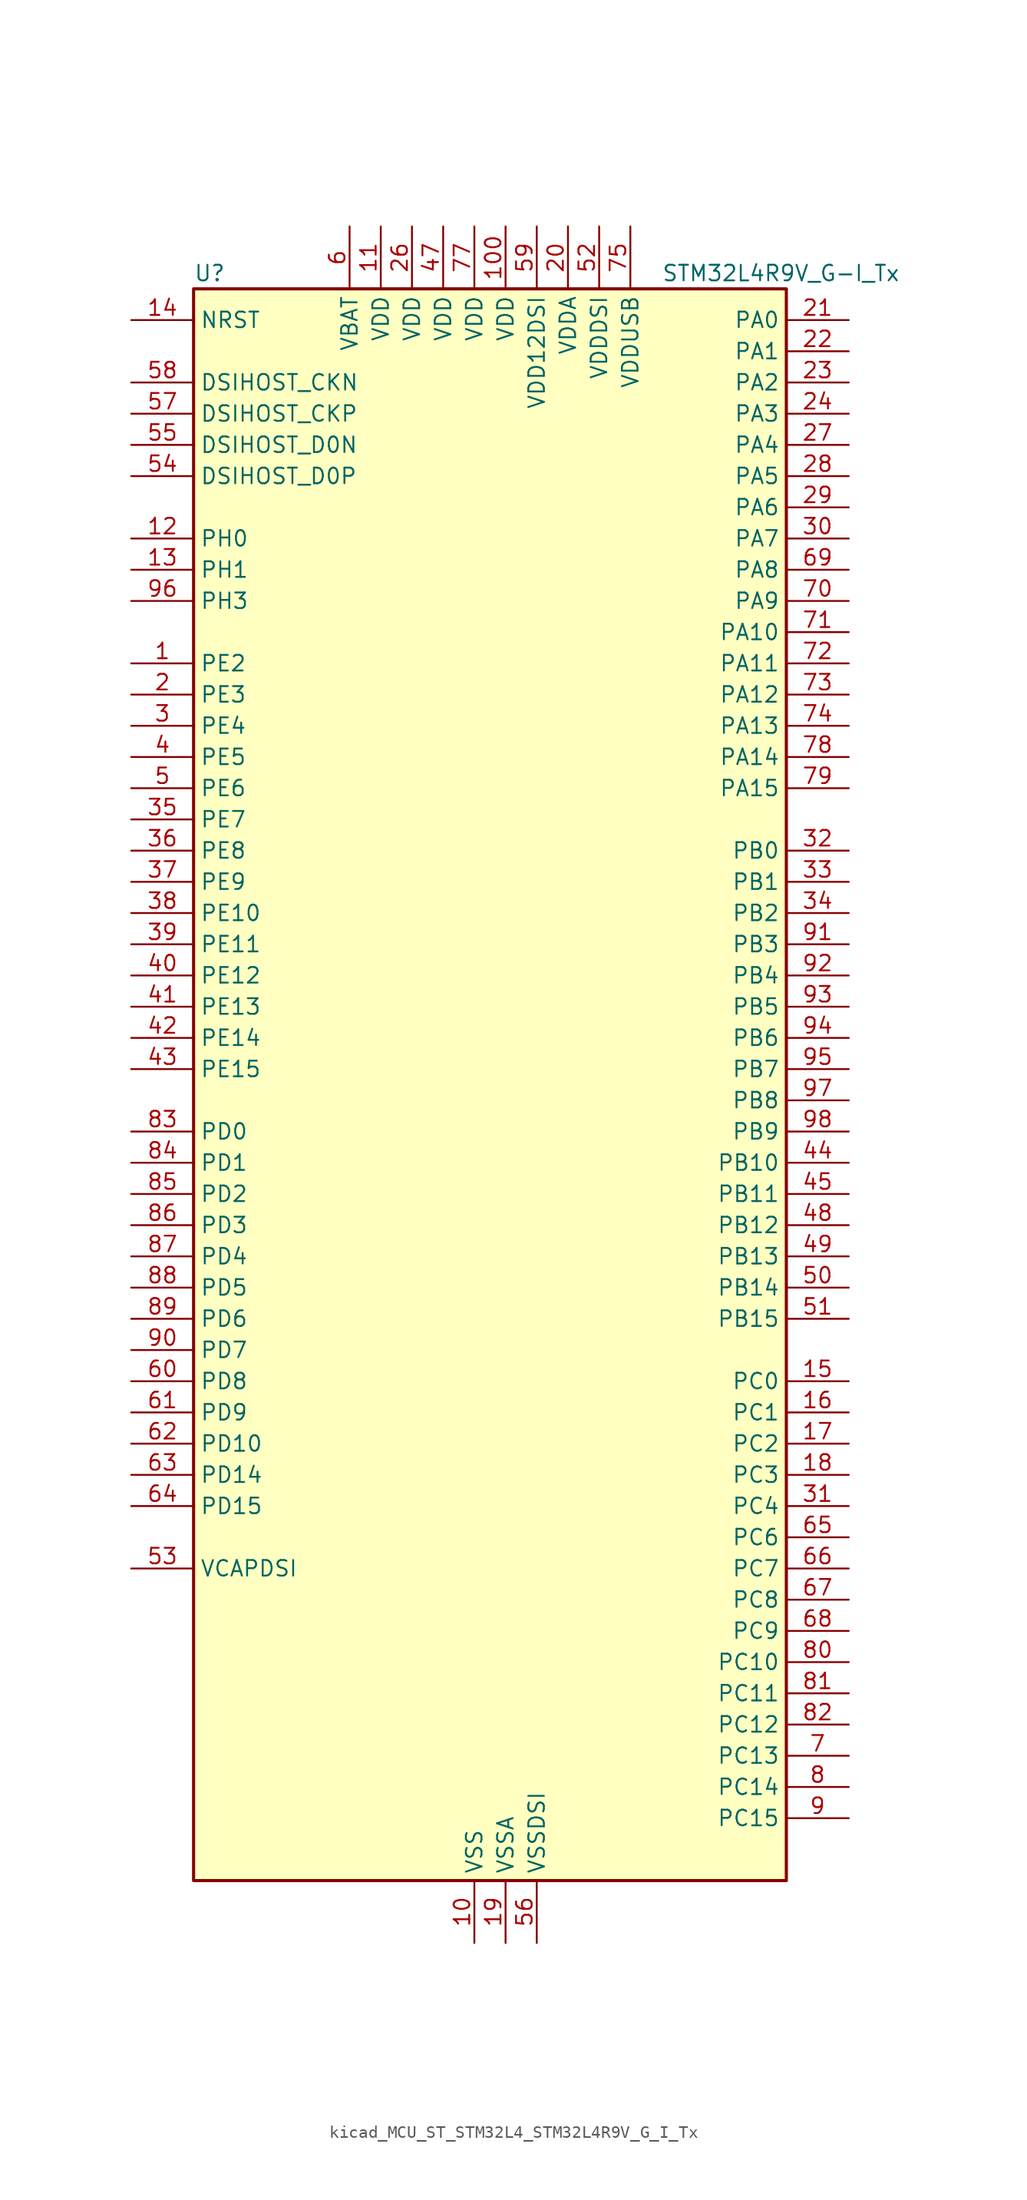
<source format=kicad_sym>
(kicad_symbol_lib
  (version 20220914)
  (generator kicad_symbol_editor)
  (symbol "kicad_MCU_ST_STM32L4_STM32L4R9V_G_I_Tx"
    (property "Reference" "U"
      (at -22.86 67.31 0)
      (effects (font (size 1.27 1.27)) (justify left)))
    (property "Value" "STM32L4R9V_G-I_Tx"
      (at 15.24 67.31 0)
      (effects (font (size 1.27 1.27)) (justify left)))
    (property "ki_locked" ""
      (at 0 0 0)
      (effects (font (size 1.27 1.27))))
    (symbol "kicad_MCU_ST_STM32L4_STM32L4R9V_G_I_Tx_0_1"
      (rectangle (start -22.86 -63.5) (end 25.4 66.04) (stroke (width 0.254) (type default)) (fill (type background))))
    (symbol "kicad_MCU_ST_STM32L4_STM32L4R9V_G_I_Tx_1_1"
      (pin bidirectional line (at -27.94 35.56 0) (length 5.08) (name "PE2" (effects (font (size 1.27 1.27)))) (number "1" (effects (font (size 1.27 1.27)))) (alternate "FMC_A23" bidirectional line) (alternate "LTDC_R0" bidirectional line) (alternate "SAI1_CK1" bidirectional line) (alternate "SAI1_MCLK_A" bidirectional line) (alternate "SYS_TRACECLK" bidirectional line) (alternate "TIM3_ETR" bidirectional line) (alternate "TSC_G7_IO1" bidirectional line))
      (pin power_in line (at 0 -68.58 90) (length 5.08) (name "VSS" (effects (font (size 1.27 1.27)))) (number "10" (effects (font (size 1.27 1.27)))))
      (pin power_in line (at 2.54 71.12 270) (length 5.08) (name "VDD" (effects (font (size 1.27 1.27)))) (number "100" (effects (font (size 1.27 1.27)))))
      (pin power_in line (at -7.62 71.12 270) (length 5.08) (name "VDD" (effects (font (size 1.27 1.27)))) (number "11" (effects (font (size 1.27 1.27)))))
      (pin bidirectional line (at -27.94 45.72 0) (length 5.08) (name "PH0" (effects (font (size 1.27 1.27)))) (number "12" (effects (font (size 1.27 1.27)))) (alternate "RCC_OSC_IN" bidirectional line))
      (pin bidirectional line (at -27.94 43.18 0) (length 5.08) (name "PH1" (effects (font (size 1.27 1.27)))) (number "13" (effects (font (size 1.27 1.27)))) (alternate "RCC_OSC_OUT" bidirectional line))
      (pin input line (at -27.94 63.5 0) (length 5.08) (name "NRST" (effects (font (size 1.27 1.27)))) (number "14" (effects (font (size 1.27 1.27)))))
      (pin bidirectional line (at 30.48 -22.86 180) (length 5.08) (name "PC0" (effects (font (size 1.27 1.27)))) (number "15" (effects (font (size 1.27 1.27)))) (alternate "ADC1_IN1" bidirectional line) (alternate "DFSDM1_DATIN4" bidirectional line) (alternate "I2C3_SCL" bidirectional line) (alternate "LPTIM1_IN1" bidirectional line) (alternate "LPTIM2_IN1" bidirectional line) (alternate "LPUART1_RX" bidirectional line) (alternate "SAI2_FS_A" bidirectional line))
      (pin bidirectional line (at 30.48 -25.4 180) (length 5.08) (name "PC1" (effects (font (size 1.27 1.27)))) (number "16" (effects (font (size 1.27 1.27)))) (alternate "ADC1_IN2" bidirectional line) (alternate "DFSDM1_CKIN4" bidirectional line) (alternate "I2C3_SDA" bidirectional line) (alternate "LPTIM1_OUT" bidirectional line) (alternate "LPUART1_TX" bidirectional line) (alternate "OCTOSPIM_P1_IO4" bidirectional line) (alternate "SAI1_SD_A" bidirectional line) (alternate "SPI2_MOSI" bidirectional line) (alternate "SYS_TRACED0" bidirectional line))
      (pin bidirectional line (at 30.48 -27.94 180) (length 5.08) (name "PC2" (effects (font (size 1.27 1.27)))) (number "17" (effects (font (size 1.27 1.27)))) (alternate "ADC1_IN3" bidirectional line) (alternate "DFSDM1_CKOUT" bidirectional line) (alternate "LPTIM1_IN2" bidirectional line) (alternate "OCTOSPIM_P1_IO5" bidirectional line) (alternate "SPI2_MISO" bidirectional line))
      (pin bidirectional line (at 30.48 -30.48 180) (length 5.08) (name "PC3" (effects (font (size 1.27 1.27)))) (number "18" (effects (font (size 1.27 1.27)))) (alternate "ADC1_IN4" bidirectional line) (alternate "LPTIM1_ETR" bidirectional line) (alternate "LPTIM2_ETR" bidirectional line) (alternate "OCTOSPIM_P1_IO6" bidirectional line) (alternate "SAI1_D1" bidirectional line) (alternate "SAI1_SD_A" bidirectional line) (alternate "SPI2_MOSI" bidirectional line))
      (pin power_in line (at 2.54 -68.58 90) (length 5.08) (name "VSSA" (effects (font (size 1.27 1.27)))) (number "19" (effects (font (size 1.27 1.27)))))
      (pin bidirectional line (at -27.94 33.02 0) (length 5.08) (name "PE3" (effects (font (size 1.27 1.27)))) (number "2" (effects (font (size 1.27 1.27)))) (alternate "FMC_A19" bidirectional line) (alternate "LTDC_R1" bidirectional line) (alternate "OCTOSPIM_P1_DQS" bidirectional line) (alternate "SAI1_SD_B" bidirectional line) (alternate "SYS_TRACED0" bidirectional line) (alternate "TIM3_CH1" bidirectional line) (alternate "TSC_G7_IO2" bidirectional line))
      (pin power_in line (at 7.62 71.12 270) (length 5.08) (name "VDDA" (effects (font (size 1.27 1.27)))) (number "20" (effects (font (size 1.27 1.27)))))
      (pin bidirectional line (at 30.48 63.5 180) (length 5.08) (name "PA0" (effects (font (size 1.27 1.27)))) (number "21" (effects (font (size 1.27 1.27)))) (alternate "ADC1_IN5" bidirectional line) (alternate "OPAMP1_VINP" bidirectional line) (alternate "RTC_TAMP2" bidirectional line) (alternate "SAI1_EXTCLK" bidirectional line) (alternate "SYS_WKUP1" bidirectional line) (alternate "TIM2_CH1" bidirectional line) (alternate "TIM2_ETR" bidirectional line) (alternate "TIM5_CH1" bidirectional line) (alternate "TIM8_ETR" bidirectional line) (alternate "UART4_TX" bidirectional line) (alternate "USART2_CTS" bidirectional line) (alternate "USART2_NSS" bidirectional line))
      (pin bidirectional line (at 30.48 60.96 180) (length 5.08) (name "PA1" (effects (font (size 1.27 1.27)))) (number "22" (effects (font (size 1.27 1.27)))) (alternate "ADC1_IN6" bidirectional line) (alternate "I2C1_SMBA" bidirectional line) (alternate "OCTOSPIM_P1_DQS" bidirectional line) (alternate "OPAMP1_VINM" bidirectional line) (alternate "SPI1_SCK" bidirectional line) (alternate "TIM15_CH1N" bidirectional line) (alternate "TIM2_CH2" bidirectional line) (alternate "TIM5_CH2" bidirectional line) (alternate "UART4_RX" bidirectional line) (alternate "USART2_DE" bidirectional line) (alternate "USART2_RTS" bidirectional line))
      (pin bidirectional line (at 30.48 58.42 180) (length 5.08) (name "PA2" (effects (font (size 1.27 1.27)))) (number "23" (effects (font (size 1.27 1.27)))) (alternate "ADC1_IN7" bidirectional line) (alternate "LPUART1_TX" bidirectional line) (alternate "OCTOSPIM_P1_NCS" bidirectional line) (alternate "RCC_LSCO" bidirectional line) (alternate "SAI2_EXTCLK" bidirectional line) (alternate "SYS_WKUP4" bidirectional line) (alternate "TIM15_CH1" bidirectional line) (alternate "TIM2_CH3" bidirectional line) (alternate "TIM5_CH3" bidirectional line) (alternate "USART2_TX" bidirectional line))
      (pin bidirectional line (at 30.48 55.88 180) (length 5.08) (name "PA3" (effects (font (size 1.27 1.27)))) (number "24" (effects (font (size 1.27 1.27)))) (alternate "ADC1_IN8" bidirectional line) (alternate "LPUART1_RX" bidirectional line) (alternate "OCTOSPIM_P1_CLK" bidirectional line) (alternate "OPAMP1_VOUT" bidirectional line) (alternate "SAI1_CK1" bidirectional line) (alternate "SAI1_MCLK_A" bidirectional line) (alternate "TIM15_CH2" bidirectional line) (alternate "TIM2_CH4" bidirectional line) (alternate "TIM5_CH4" bidirectional line) (alternate "USART2_RX" bidirectional line))
      (pin passive line (at 0 -68.58 90) (length 5.08) hide (name "VSS" (effects (font (size 1.27 1.27)))) (number "25" (effects (font (size 1.27 1.27)))))
      (pin power_in line (at -5.08 71.12 270) (length 5.08) (name "VDD" (effects (font (size 1.27 1.27)))) (number "26" (effects (font (size 1.27 1.27)))))
      (pin bidirectional line (at 30.48 53.34 180) (length 5.08) (name "PA4" (effects (font (size 1.27 1.27)))) (number "27" (effects (font (size 1.27 1.27)))) (alternate "ADC1_IN9" bidirectional line) (alternate "DAC1_OUT1" bidirectional line) (alternate "DCMI_HSYNC" bidirectional line) (alternate "LPTIM2_OUT" bidirectional line) (alternate "OCTOSPIM_P1_NCS" bidirectional line) (alternate "SAI1_FS_B" bidirectional line) (alternate "SPI1_NSS" bidirectional line) (alternate "SPI3_NSS" bidirectional line) (alternate "USART2_CK" bidirectional line))
      (pin bidirectional line (at 30.48 50.8 180) (length 5.08) (name "PA5" (effects (font (size 1.27 1.27)))) (number "28" (effects (font (size 1.27 1.27)))) (alternate "ADC1_IN10" bidirectional line) (alternate "DAC1_OUT2" bidirectional line) (alternate "LPTIM2_ETR" bidirectional line) (alternate "SPI1_SCK" bidirectional line) (alternate "TIM2_CH1" bidirectional line) (alternate "TIM2_ETR" bidirectional line) (alternate "TIM8_CH1N" bidirectional line))
      (pin bidirectional line (at 30.48 48.26 180) (length 5.08) (name "PA6" (effects (font (size 1.27 1.27)))) (number "29" (effects (font (size 1.27 1.27)))) (alternate "ADC1_IN11" bidirectional line) (alternate "DCMI_PIXCLK" bidirectional line) (alternate "LPUART1_CTS" bidirectional line) (alternate "OCTOSPIM_P1_IO3" bidirectional line) (alternate "OPAMP2_VINP" bidirectional line) (alternate "SPI1_MISO" bidirectional line) (alternate "TIM16_CH1" bidirectional line) (alternate "TIM1_BKIN" bidirectional line) (alternate "TIM3_CH1" bidirectional line) (alternate "TIM8_BKIN" bidirectional line) (alternate "USART3_CTS" bidirectional line) (alternate "USART3_NSS" bidirectional line))
      (pin bidirectional line (at -27.94 30.48 0) (length 5.08) (name "PE4" (effects (font (size 1.27 1.27)))) (number "3" (effects (font (size 1.27 1.27)))) (alternate "DCMI_D4" bidirectional line) (alternate "DFSDM1_DATIN3" bidirectional line) (alternate "FMC_A20" bidirectional line) (alternate "LTDC_B0" bidirectional line) (alternate "SAI1_D2" bidirectional line) (alternate "SAI1_FS_A" bidirectional line) (alternate "SYS_TRACED1" bidirectional line) (alternate "TIM3_CH2" bidirectional line) (alternate "TSC_G7_IO3" bidirectional line))
      (pin bidirectional line (at 30.48 45.72 180) (length 5.08) (name "PA7" (effects (font (size 1.27 1.27)))) (number "30" (effects (font (size 1.27 1.27)))) (alternate "ADC1_IN12" bidirectional line) (alternate "I2C3_SCL" bidirectional line) (alternate "OCTOSPIM_P1_IO2" bidirectional line) (alternate "OPAMP2_VINM" bidirectional line) (alternate "SPI1_MOSI" bidirectional line) (alternate "TIM17_CH1" bidirectional line) (alternate "TIM1_CH1N" bidirectional line) (alternate "TIM3_CH2" bidirectional line) (alternate "TIM8_CH1N" bidirectional line))
      (pin bidirectional line (at 30.48 -33.02 180) (length 5.08) (name "PC4" (effects (font (size 1.27 1.27)))) (number "31" (effects (font (size 1.27 1.27)))) (alternate "ADC1_IN13" bidirectional line) (alternate "COMP1_INM" bidirectional line) (alternate "OCTOSPIM_P1_IO7" bidirectional line) (alternate "USART3_TX" bidirectional line))
      (pin bidirectional line (at 30.48 20.32 180) (length 5.08) (name "PB0" (effects (font (size 1.27 1.27)))) (number "32" (effects (font (size 1.27 1.27)))) (alternate "ADC1_IN15" bidirectional line) (alternate "COMP1_OUT" bidirectional line) (alternate "OCTOSPIM_P1_IO1" bidirectional line) (alternate "OPAMP2_VOUT" bidirectional line) (alternate "SAI1_EXTCLK" bidirectional line) (alternate "SPI1_NSS" bidirectional line) (alternate "TIM1_CH2N" bidirectional line) (alternate "TIM3_CH3" bidirectional line) (alternate "TIM8_CH2N" bidirectional line) (alternate "USART3_CK" bidirectional line))
      (pin bidirectional line (at 30.48 17.78 180) (length 5.08) (name "PB1" (effects (font (size 1.27 1.27)))) (number "33" (effects (font (size 1.27 1.27)))) (alternate "ADC1_IN16" bidirectional line) (alternate "COMP1_INM" bidirectional line) (alternate "DFSDM1_DATIN0" bidirectional line) (alternate "LPTIM2_IN1" bidirectional line) (alternate "LPUART1_DE" bidirectional line) (alternate "LPUART1_RTS" bidirectional line) (alternate "OCTOSPIM_P1_IO0" bidirectional line) (alternate "TIM1_CH3N" bidirectional line) (alternate "TIM3_CH4" bidirectional line) (alternate "TIM8_CH3N" bidirectional line) (alternate "USART3_DE" bidirectional line) (alternate "USART3_RTS" bidirectional line))
      (pin bidirectional line (at 30.48 15.24 180) (length 5.08) (name "PB2" (effects (font (size 1.27 1.27)))) (number "34" (effects (font (size 1.27 1.27)))) (alternate "COMP1_INP" bidirectional line) (alternate "DFSDM1_CKIN0" bidirectional line) (alternate "I2C3_SMBA" bidirectional line) (alternate "LPTIM1_OUT" bidirectional line) (alternate "LTDC_B1" bidirectional line) (alternate "OCTOSPIM_P1_DQS" bidirectional line) (alternate "RTC_OUT_ALARM" bidirectional line) (alternate "RTC_OUT_CALIB" bidirectional line))
      (pin bidirectional line (at -27.94 22.86 0) (length 5.08) (name "PE7" (effects (font (size 1.27 1.27)))) (number "35" (effects (font (size 1.27 1.27)))) (alternate "DFSDM1_DATIN2" bidirectional line) (alternate "FMC_D4" bidirectional line) (alternate "FMC_DA4" bidirectional line) (alternate "LTDC_B6" bidirectional line) (alternate "SAI1_SD_B" bidirectional line) (alternate "TIM1_ETR" bidirectional line))
      (pin bidirectional line (at -27.94 20.32 0) (length 5.08) (name "PE8" (effects (font (size 1.27 1.27)))) (number "36" (effects (font (size 1.27 1.27)))) (alternate "DFSDM1_CKIN2" bidirectional line) (alternate "FMC_D5" bidirectional line) (alternate "FMC_DA5" bidirectional line) (alternate "LTDC_B7" bidirectional line) (alternate "SAI1_SCK_B" bidirectional line) (alternate "TIM1_CH1N" bidirectional line))
      (pin bidirectional line (at -27.94 17.78 0) (length 5.08) (name "PE9" (effects (font (size 1.27 1.27)))) (number "37" (effects (font (size 1.27 1.27)))) (alternate "DAC1_EXTI9" bidirectional line) (alternate "DFSDM1_CKOUT" bidirectional line) (alternate "FMC_D6" bidirectional line) (alternate "FMC_DA6" bidirectional line) (alternate "LTDC_G2" bidirectional line) (alternate "SAI1_FS_B" bidirectional line) (alternate "TIM1_CH1" bidirectional line))
      (pin bidirectional line (at -27.94 15.24 0) (length 5.08) (name "PE10" (effects (font (size 1.27 1.27)))) (number "38" (effects (font (size 1.27 1.27)))) (alternate "DFSDM1_DATIN4" bidirectional line) (alternate "FMC_D7" bidirectional line) (alternate "FMC_DA7" bidirectional line) (alternate "LTDC_G3" bidirectional line) (alternate "OCTOSPIM_P1_CLK" bidirectional line) (alternate "SAI1_MCLK_B" bidirectional line) (alternate "TIM1_CH2N" bidirectional line) (alternate "TSC_G5_IO1" bidirectional line))
      (pin bidirectional line (at -27.94 12.7 0) (length 5.08) (name "PE11" (effects (font (size 1.27 1.27)))) (number "39" (effects (font (size 1.27 1.27)))) (alternate "ADC1_EXTI11" bidirectional line) (alternate "DFSDM1_CKIN4" bidirectional line) (alternate "FMC_D8" bidirectional line) (alternate "FMC_DA8" bidirectional line) (alternate "LTDC_G4" bidirectional line) (alternate "OCTOSPIM_P1_NCS" bidirectional line) (alternate "TIM1_CH2" bidirectional line) (alternate "TSC_G5_IO2" bidirectional line))
      (pin bidirectional line (at -27.94 27.94 0) (length 5.08) (name "PE5" (effects (font (size 1.27 1.27)))) (number "4" (effects (font (size 1.27 1.27)))) (alternate "DCMI_D6" bidirectional line) (alternate "DFSDM1_CKIN3" bidirectional line) (alternate "FMC_A21" bidirectional line) (alternate "LTDC_G0" bidirectional line) (alternate "SAI1_CK2" bidirectional line) (alternate "SAI1_SCK_A" bidirectional line) (alternate "SYS_TRACED2" bidirectional line) (alternate "TIM3_CH3" bidirectional line) (alternate "TSC_G7_IO4" bidirectional line))
      (pin bidirectional line (at -27.94 10.16 0) (length 5.08) (name "PE12" (effects (font (size 1.27 1.27)))) (number "40" (effects (font (size 1.27 1.27)))) (alternate "DFSDM1_DATIN5" bidirectional line) (alternate "FMC_D9" bidirectional line) (alternate "FMC_DA9" bidirectional line) (alternate "LTDC_G5" bidirectional line) (alternate "OCTOSPIM_P1_IO0" bidirectional line) (alternate "SPI1_NSS" bidirectional line) (alternate "TIM1_CH3N" bidirectional line) (alternate "TSC_G5_IO3" bidirectional line))
      (pin bidirectional line (at -27.94 7.62 0) (length 5.08) (name "PE13" (effects (font (size 1.27 1.27)))) (number "41" (effects (font (size 1.27 1.27)))) (alternate "DFSDM1_CKIN5" bidirectional line) (alternate "FMC_D10" bidirectional line) (alternate "FMC_DA10" bidirectional line) (alternate "LTDC_G6" bidirectional line) (alternate "OCTOSPIM_P1_IO1" bidirectional line) (alternate "SPI1_SCK" bidirectional line) (alternate "TIM1_CH3" bidirectional line) (alternate "TSC_G5_IO4" bidirectional line))
      (pin bidirectional line (at -27.94 5.08 0) (length 5.08) (name "PE14" (effects (font (size 1.27 1.27)))) (number "42" (effects (font (size 1.27 1.27)))) (alternate "FMC_D11" bidirectional line) (alternate "FMC_DA11" bidirectional line) (alternate "LTDC_G7" bidirectional line) (alternate "OCTOSPIM_P1_IO2" bidirectional line) (alternate "SPI1_MISO" bidirectional line) (alternate "TIM1_BKIN2" bidirectional line) (alternate "TIM1_CH4" bidirectional line))
      (pin bidirectional line (at -27.94 2.54 0) (length 5.08) (name "PE15" (effects (font (size 1.27 1.27)))) (number "43" (effects (font (size 1.27 1.27)))) (alternate "ADC1_EXTI15" bidirectional line) (alternate "FMC_D12" bidirectional line) (alternate "FMC_DA12" bidirectional line) (alternate "LTDC_R2" bidirectional line) (alternate "OCTOSPIM_P1_IO3" bidirectional line) (alternate "SPI1_MOSI" bidirectional line) (alternate "TIM1_BKIN" bidirectional line))
      (pin bidirectional line (at 30.48 -5.08 180) (length 5.08) (name "PB10" (effects (font (size 1.27 1.27)))) (number "44" (effects (font (size 1.27 1.27)))) (alternate "COMP1_OUT" bidirectional line) (alternate "DFSDM1_DATIN7" bidirectional line) (alternate "I2C2_SCL" bidirectional line) (alternate "I2C4_SCL" bidirectional line) (alternate "LPUART1_RX" bidirectional line) (alternate "OCTOSPIM_P1_CLK" bidirectional line) (alternate "SAI1_SCK_A" bidirectional line) (alternate "SPI2_SCK" bidirectional line) (alternate "TIM2_CH3" bidirectional line) (alternate "TSC_SYNC" bidirectional line) (alternate "USART3_TX" bidirectional line))
      (pin bidirectional line (at 30.48 -7.62 180) (length 5.08) (name "PB11" (effects (font (size 1.27 1.27)))) (number "45" (effects (font (size 1.27 1.27)))) (alternate "ADC1_EXTI11" bidirectional line) (alternate "COMP2_OUT" bidirectional line) (alternate "DFSDM1_CKIN7" bidirectional line) (alternate "DSIHOST_TE" bidirectional line) (alternate "I2C2_SDA" bidirectional line) (alternate "I2C4_SDA" bidirectional line) (alternate "LPUART1_TX" bidirectional line) (alternate "OCTOSPIM_P1_NCS" bidirectional line) (alternate "TIM2_CH4" bidirectional line) (alternate "USART3_RX" bidirectional line))
      (pin passive line (at 0 -68.58 90) (length 5.08) hide (name "VSS" (effects (font (size 1.27 1.27)))) (number "46" (effects (font (size 1.27 1.27)))))
      (pin power_in line (at -2.54 71.12 270) (length 5.08) (name "VDD" (effects (font (size 1.27 1.27)))) (number "47" (effects (font (size 1.27 1.27)))))
      (pin bidirectional line (at 30.48 -10.16 180) (length 5.08) (name "PB12" (effects (font (size 1.27 1.27)))) (number "48" (effects (font (size 1.27 1.27)))) (alternate "DFSDM1_DATIN1" bidirectional line) (alternate "I2C2_SMBA" bidirectional line) (alternate "LPUART1_DE" bidirectional line) (alternate "LPUART1_RTS" bidirectional line) (alternate "SAI2_FS_A" bidirectional line) (alternate "SPI2_NSS" bidirectional line) (alternate "TIM15_BKIN" bidirectional line) (alternate "TIM1_BKIN" bidirectional line) (alternate "TSC_G1_IO1" bidirectional line) (alternate "USART3_CK" bidirectional line))
      (pin bidirectional line (at 30.48 -12.7 180) (length 5.08) (name "PB13" (effects (font (size 1.27 1.27)))) (number "49" (effects (font (size 1.27 1.27)))) (alternate "DFSDM1_CKIN1" bidirectional line) (alternate "I2C2_SCL" bidirectional line) (alternate "LPUART1_CTS" bidirectional line) (alternate "SAI2_SCK_A" bidirectional line) (alternate "SPI2_SCK" bidirectional line) (alternate "TIM15_CH1N" bidirectional line) (alternate "TIM1_CH1N" bidirectional line) (alternate "TSC_G1_IO2" bidirectional line) (alternate "USART3_CTS" bidirectional line) (alternate "USART3_NSS" bidirectional line))
      (pin bidirectional line (at -27.94 25.4 0) (length 5.08) (name "PE6" (effects (font (size 1.27 1.27)))) (number "5" (effects (font (size 1.27 1.27)))) (alternate "DCMI_D7" bidirectional line) (alternate "FMC_A22" bidirectional line) (alternate "LTDC_G1" bidirectional line) (alternate "RTC_TAMP3" bidirectional line) (alternate "SAI1_D1" bidirectional line) (alternate "SAI1_SD_A" bidirectional line) (alternate "SYS_TRACED3" bidirectional line) (alternate "SYS_WKUP3" bidirectional line) (alternate "TIM3_CH4" bidirectional line))
      (pin bidirectional line (at 30.48 -15.24 180) (length 5.08) (name "PB14" (effects (font (size 1.27 1.27)))) (number "50" (effects (font (size 1.27 1.27)))) (alternate "DFSDM1_DATIN2" bidirectional line) (alternate "I2C2_SDA" bidirectional line) (alternate "SAI2_MCLK_A" bidirectional line) (alternate "SPI2_MISO" bidirectional line) (alternate "TIM15_CH1" bidirectional line) (alternate "TIM1_CH2N" bidirectional line) (alternate "TIM8_CH2N" bidirectional line) (alternate "TSC_G1_IO3" bidirectional line) (alternate "USART3_DE" bidirectional line) (alternate "USART3_RTS" bidirectional line))
      (pin bidirectional line (at 30.48 -17.78 180) (length 5.08) (name "PB15" (effects (font (size 1.27 1.27)))) (number "51" (effects (font (size 1.27 1.27)))) (alternate "ADC1_EXTI15" bidirectional line) (alternate "DFSDM1_CKIN2" bidirectional line) (alternate "RTC_REFIN" bidirectional line) (alternate "SAI2_SD_A" bidirectional line) (alternate "SPI2_MOSI" bidirectional line) (alternate "TIM15_CH2" bidirectional line) (alternate "TIM1_CH3N" bidirectional line) (alternate "TIM8_CH3N" bidirectional line) (alternate "TSC_G1_IO4" bidirectional line))
      (pin power_in line (at 10.16 71.12 270) (length 5.08) (name "VDDDSI" (effects (font (size 1.27 1.27)))) (number "52" (effects (font (size 1.27 1.27)))))
      (pin power_out line (at -27.94 -38.1 0) (length 5.08) (name "VCAPDSI" (effects (font (size 1.27 1.27)))) (number "53" (effects (font (size 1.27 1.27)))))
      (pin bidirectional line (at -27.94 50.8 0) (length 5.08) (name "DSIHOST_D0P" (effects (font (size 1.27 1.27)))) (number "54" (effects (font (size 1.27 1.27)))) (alternate "DSIHOST_D0P" bidirectional line))
      (pin bidirectional line (at -27.94 53.34 0) (length 5.08) (name "DSIHOST_D0N" (effects (font (size 1.27 1.27)))) (number "55" (effects (font (size 1.27 1.27)))) (alternate "DSIHOST_D0N" bidirectional line))
      (pin power_in line (at 5.08 -68.58 90) (length 5.08) (name "VSSDSI" (effects (font (size 1.27 1.27)))) (number "56" (effects (font (size 1.27 1.27)))))
      (pin bidirectional line (at -27.94 55.88 0) (length 5.08) (name "DSIHOST_CKP" (effects (font (size 1.27 1.27)))) (number "57" (effects (font (size 1.27 1.27)))) (alternate "DSIHOST_CKP" bidirectional line))
      (pin bidirectional line (at -27.94 58.42 0) (length 5.08) (name "DSIHOST_CKN" (effects (font (size 1.27 1.27)))) (number "58" (effects (font (size 1.27 1.27)))) (alternate "DSIHOST_CKN" bidirectional line))
      (pin power_in line (at 5.08 71.12 270) (length 5.08) (name "VDD12DSI" (effects (font (size 1.27 1.27)))) (number "59" (effects (font (size 1.27 1.27)))))
      (pin power_in line (at -10.16 71.12 270) (length 5.08) (name "VBAT" (effects (font (size 1.27 1.27)))) (number "6" (effects (font (size 1.27 1.27)))))
      (pin bidirectional line (at -27.94 -22.86 0) (length 5.08) (name "PD8" (effects (font (size 1.27 1.27)))) (number "60" (effects (font (size 1.27 1.27)))) (alternate "DCMI_HSYNC" bidirectional line) (alternate "FMC_D13" bidirectional line) (alternate "FMC_DA13" bidirectional line) (alternate "LTDC_R3" bidirectional line) (alternate "USART3_TX" bidirectional line))
      (pin bidirectional line (at -27.94 -25.4 0) (length 5.08) (name "PD9" (effects (font (size 1.27 1.27)))) (number "61" (effects (font (size 1.27 1.27)))) (alternate "DAC1_EXTI9" bidirectional line) (alternate "DCMI_PIXCLK" bidirectional line) (alternate "FMC_D14" bidirectional line) (alternate "FMC_DA14" bidirectional line) (alternate "LTDC_R4" bidirectional line) (alternate "SAI2_MCLK_A" bidirectional line) (alternate "USART3_RX" bidirectional line))
      (pin bidirectional line (at -27.94 -27.94 0) (length 5.08) (name "PD10" (effects (font (size 1.27 1.27)))) (number "62" (effects (font (size 1.27 1.27)))) (alternate "FMC_D15" bidirectional line) (alternate "FMC_DA15" bidirectional line) (alternate "LTDC_R5" bidirectional line) (alternate "SAI2_SCK_A" bidirectional line) (alternate "TSC_G6_IO1" bidirectional line) (alternate "USART3_CK" bidirectional line))
      (pin bidirectional line (at -27.94 -30.48 0) (length 5.08) (name "PD14" (effects (font (size 1.27 1.27)))) (number "63" (effects (font (size 1.27 1.27)))) (alternate "FMC_D0" bidirectional line) (alternate "FMC_DA0" bidirectional line) (alternate "LTDC_B2" bidirectional line) (alternate "TIM4_CH3" bidirectional line))
      (pin bidirectional line (at -27.94 -33.02 0) (length 5.08) (name "PD15" (effects (font (size 1.27 1.27)))) (number "64" (effects (font (size 1.27 1.27)))) (alternate "ADC1_EXTI15" bidirectional line) (alternate "FMC_D1" bidirectional line) (alternate "FMC_DA1" bidirectional line) (alternate "LTDC_B3" bidirectional line) (alternate "TIM4_CH4" bidirectional line))
      (pin bidirectional line (at 30.48 -35.56 180) (length 5.08) (name "PC6" (effects (font (size 1.27 1.27)))) (number "65" (effects (font (size 1.27 1.27)))) (alternate "DCMI_D0" bidirectional line) (alternate "DFSDM1_CKIN3" bidirectional line) (alternate "LTDC_R0" bidirectional line) (alternate "SAI2_MCLK_A" bidirectional line) (alternate "SDMMC1_D0DIR" bidirectional line) (alternate "SDMMC1_D6" bidirectional line) (alternate "TIM3_CH1" bidirectional line) (alternate "TIM8_CH1" bidirectional line) (alternate "TSC_G4_IO1" bidirectional line))
      (pin bidirectional line (at 30.48 -38.1 180) (length 5.08) (name "PC7" (effects (font (size 1.27 1.27)))) (number "66" (effects (font (size 1.27 1.27)))) (alternate "DCMI_D1" bidirectional line) (alternate "DFSDM1_DATIN3" bidirectional line) (alternate "LTDC_R1" bidirectional line) (alternate "SAI2_MCLK_B" bidirectional line) (alternate "SDMMC1_D123DIR" bidirectional line) (alternate "SDMMC1_D7" bidirectional line) (alternate "TIM3_CH2" bidirectional line) (alternate "TIM8_CH2" bidirectional line) (alternate "TSC_G4_IO2" bidirectional line))
      (pin bidirectional line (at 30.48 -40.64 180) (length 5.08) (name "PC8" (effects (font (size 1.27 1.27)))) (number "67" (effects (font (size 1.27 1.27)))) (alternate "DCMI_D2" bidirectional line) (alternate "SDMMC1_D0" bidirectional line) (alternate "TIM3_CH3" bidirectional line) (alternate "TIM8_CH3" bidirectional line) (alternate "TSC_G4_IO3" bidirectional line))
      (pin bidirectional line (at 30.48 -43.18 180) (length 5.08) (name "PC9" (effects (font (size 1.27 1.27)))) (number "68" (effects (font (size 1.27 1.27)))) (alternate "DAC1_EXTI9" bidirectional line) (alternate "DCMI_D3" bidirectional line) (alternate "I2C3_SDA" bidirectional line) (alternate "SAI2_EXTCLK" bidirectional line) (alternate "SDMMC1_D1" bidirectional line) (alternate "SYS_TRACED0" bidirectional line) (alternate "TIM3_CH4" bidirectional line) (alternate "TIM8_BKIN2" bidirectional line) (alternate "TIM8_CH4" bidirectional line) (alternate "TSC_G4_IO4" bidirectional line) (alternate "USB_OTG_FS_NOE" bidirectional line))
      (pin bidirectional line (at 30.48 43.18 180) (length 5.08) (name "PA8" (effects (font (size 1.27 1.27)))) (number "69" (effects (font (size 1.27 1.27)))) (alternate "LPTIM2_OUT" bidirectional line) (alternate "RCC_MCO" bidirectional line) (alternate "SAI1_CK2" bidirectional line) (alternate "SAI1_SCK_A" bidirectional line) (alternate "TIM1_CH1" bidirectional line) (alternate "USART1_CK" bidirectional line) (alternate "USB_OTG_FS_SOF" bidirectional line))
      (pin bidirectional line (at 30.48 -53.34 180) (length 5.08) (name "PC13" (effects (font (size 1.27 1.27)))) (number "7" (effects (font (size 1.27 1.27)))) (alternate "RTC_OUT_ALARM" bidirectional line) (alternate "RTC_OUT_CALIB" bidirectional line) (alternate "RTC_TAMP1" bidirectional line) (alternate "RTC_TS" bidirectional line) (alternate "SYS_WKUP2" bidirectional line))
      (pin bidirectional line (at 30.48 40.64 180) (length 5.08) (name "PA9" (effects (font (size 1.27 1.27)))) (number "70" (effects (font (size 1.27 1.27)))) (alternate "DAC1_EXTI9" bidirectional line) (alternate "DCMI_D0" bidirectional line) (alternate "SAI1_FS_A" bidirectional line) (alternate "SPI2_SCK" bidirectional line) (alternate "TIM15_BKIN" bidirectional line) (alternate "TIM1_CH2" bidirectional line) (alternate "USART1_TX" bidirectional line) (alternate "USB_OTG_FS_VBUS" bidirectional line))
      (pin bidirectional line (at 30.48 38.1 180) (length 5.08) (name "PA10" (effects (font (size 1.27 1.27)))) (number "71" (effects (font (size 1.27 1.27)))) (alternate "DCMI_D1" bidirectional line) (alternate "SAI1_D1" bidirectional line) (alternate "SAI1_SD_A" bidirectional line) (alternate "TIM17_BKIN" bidirectional line) (alternate "TIM1_CH3" bidirectional line) (alternate "USART1_RX" bidirectional line) (alternate "USB_OTG_FS_ID" bidirectional line))
      (pin bidirectional line (at 30.48 35.56 180) (length 5.08) (name "PA11" (effects (font (size 1.27 1.27)))) (number "72" (effects (font (size 1.27 1.27)))) (alternate "ADC1_EXTI11" bidirectional line) (alternate "CAN1_RX" bidirectional line) (alternate "SPI1_MISO" bidirectional line) (alternate "TIM1_BKIN2" bidirectional line) (alternate "TIM1_CH4" bidirectional line) (alternate "USART1_CTS" bidirectional line) (alternate "USART1_NSS" bidirectional line) (alternate "USB_OTG_FS_DM" bidirectional line))
      (pin bidirectional line (at 30.48 33.02 180) (length 5.08) (name "PA12" (effects (font (size 1.27 1.27)))) (number "73" (effects (font (size 1.27 1.27)))) (alternate "CAN1_TX" bidirectional line) (alternate "SPI1_MOSI" bidirectional line) (alternate "TIM1_ETR" bidirectional line) (alternate "USART1_DE" bidirectional line) (alternate "USART1_RTS" bidirectional line) (alternate "USB_OTG_FS_DP" bidirectional line))
      (pin bidirectional line (at 30.48 30.48 180) (length 5.08) (name "PA13" (effects (font (size 1.27 1.27)))) (number "74" (effects (font (size 1.27 1.27)))) (alternate "IR_OUT" bidirectional line) (alternate "SAI1_SD_B" bidirectional line) (alternate "SYS_JTMS-SWDIO" bidirectional line) (alternate "USB_OTG_FS_NOE" bidirectional line))
      (pin power_in line (at 12.7 71.12 270) (length 5.08) (name "VDDUSB" (effects (font (size 1.27 1.27)))) (number "75" (effects (font (size 1.27 1.27)))))
      (pin passive line (at 0 -68.58 90) (length 5.08) hide (name "VSS" (effects (font (size 1.27 1.27)))) (number "76" (effects (font (size 1.27 1.27)))))
      (pin power_in line (at 0 71.12 270) (length 5.08) (name "VDD" (effects (font (size 1.27 1.27)))) (number "77" (effects (font (size 1.27 1.27)))))
      (pin bidirectional line (at 30.48 27.94 180) (length 5.08) (name "PA14" (effects (font (size 1.27 1.27)))) (number "78" (effects (font (size 1.27 1.27)))) (alternate "I2C1_SMBA" bidirectional line) (alternate "I2C4_SMBA" bidirectional line) (alternate "LPTIM1_OUT" bidirectional line) (alternate "SAI1_FS_B" bidirectional line) (alternate "SYS_JTCK-SWCLK" bidirectional line) (alternate "USB_OTG_FS_SOF" bidirectional line))
      (pin bidirectional line (at 30.48 25.4 180) (length 5.08) (name "PA15" (effects (font (size 1.27 1.27)))) (number "79" (effects (font (size 1.27 1.27)))) (alternate "ADC1_EXTI15" bidirectional line) (alternate "SAI2_FS_B" bidirectional line) (alternate "SPI1_NSS" bidirectional line) (alternate "SPI3_NSS" bidirectional line) (alternate "SYS_JTDI" bidirectional line) (alternate "TIM2_CH1" bidirectional line) (alternate "TIM2_ETR" bidirectional line) (alternate "TSC_G3_IO1" bidirectional line) (alternate "UART4_DE" bidirectional line) (alternate "UART4_RTS" bidirectional line) (alternate "USART2_RX" bidirectional line) (alternate "USART3_DE" bidirectional line) (alternate "USART3_RTS" bidirectional line))
      (pin bidirectional line (at 30.48 -55.88 180) (length 5.08) (name "PC14" (effects (font (size 1.27 1.27)))) (number "8" (effects (font (size 1.27 1.27)))) (alternate "RCC_OSC32_IN" bidirectional line))
      (pin bidirectional line (at 30.48 -45.72 180) (length 5.08) (name "PC10" (effects (font (size 1.27 1.27)))) (number "80" (effects (font (size 1.27 1.27)))) (alternate "DCMI_D8" bidirectional line) (alternate "SAI2_SCK_B" bidirectional line) (alternate "SDMMC1_D2" bidirectional line) (alternate "SPI3_SCK" bidirectional line) (alternate "SYS_TRACED1" bidirectional line) (alternate "TSC_G3_IO2" bidirectional line) (alternate "UART4_TX" bidirectional line) (alternate "USART3_TX" bidirectional line))
      (pin bidirectional line (at 30.48 -48.26 180) (length 5.08) (name "PC11" (effects (font (size 1.27 1.27)))) (number "81" (effects (font (size 1.27 1.27)))) (alternate "ADC1_EXTI11" bidirectional line) (alternate "DCMI_D2" bidirectional line) (alternate "DCMI_D4" bidirectional line) (alternate "OCTOSPIM_P1_NCS" bidirectional line) (alternate "SAI2_MCLK_B" bidirectional line) (alternate "SDMMC1_D3" bidirectional line) (alternate "SPI3_MISO" bidirectional line) (alternate "TSC_G3_IO3" bidirectional line) (alternate "UART4_RX" bidirectional line) (alternate "USART3_RX" bidirectional line))
      (pin bidirectional line (at 30.48 -50.8 180) (length 5.08) (name "PC12" (effects (font (size 1.27 1.27)))) (number "82" (effects (font (size 1.27 1.27)))) (alternate "DCMI_D9" bidirectional line) (alternate "SAI2_SD_B" bidirectional line) (alternate "SDMMC1_CK" bidirectional line) (alternate "SPI3_MOSI" bidirectional line) (alternate "SYS_TRACED3" bidirectional line) (alternate "TSC_G3_IO4" bidirectional line) (alternate "UART5_TX" bidirectional line) (alternate "USART3_CK" bidirectional line))
      (pin bidirectional line (at -27.94 -2.54 0) (length 5.08) (name "PD0" (effects (font (size 1.27 1.27)))) (number "83" (effects (font (size 1.27 1.27)))) (alternate "CAN1_RX" bidirectional line) (alternate "DFSDM1_DATIN7" bidirectional line) (alternate "FMC_D2" bidirectional line) (alternate "FMC_DA2" bidirectional line) (alternate "LTDC_B4" bidirectional line) (alternate "SPI2_NSS" bidirectional line))
      (pin bidirectional line (at -27.94 -5.08 0) (length 5.08) (name "PD1" (effects (font (size 1.27 1.27)))) (number "84" (effects (font (size 1.27 1.27)))) (alternate "CAN1_TX" bidirectional line) (alternate "DFSDM1_CKIN7" bidirectional line) (alternate "FMC_D3" bidirectional line) (alternate "FMC_DA3" bidirectional line) (alternate "LTDC_B5" bidirectional line) (alternate "SPI2_SCK" bidirectional line))
      (pin bidirectional line (at -27.94 -7.62 0) (length 5.08) (name "PD2" (effects (font (size 1.27 1.27)))) (number "85" (effects (font (size 1.27 1.27)))) (alternate "DCMI_D11" bidirectional line) (alternate "SDMMC1_CMD" bidirectional line) (alternate "SYS_TRACED2" bidirectional line) (alternate "TIM3_ETR" bidirectional line) (alternate "TSC_SYNC" bidirectional line) (alternate "UART5_RX" bidirectional line) (alternate "USART3_DE" bidirectional line) (alternate "USART3_RTS" bidirectional line))
      (pin bidirectional line (at -27.94 -10.16 0) (length 5.08) (name "PD3" (effects (font (size 1.27 1.27)))) (number "86" (effects (font (size 1.27 1.27)))) (alternate "DCMI_D5" bidirectional line) (alternate "DFSDM1_DATIN0" bidirectional line) (alternate "FMC_CLK" bidirectional line) (alternate "LTDC_CLK" bidirectional line) (alternate "OCTOSPIM_P2_NCS" bidirectional line) (alternate "SPI2_MISO" bidirectional line) (alternate "SPI2_SCK" bidirectional line) (alternate "USART2_CTS" bidirectional line) (alternate "USART2_NSS" bidirectional line))
      (pin bidirectional line (at -27.94 -12.7 0) (length 5.08) (name "PD4" (effects (font (size 1.27 1.27)))) (number "87" (effects (font (size 1.27 1.27)))) (alternate "DFSDM1_CKIN0" bidirectional line) (alternate "FMC_NOE" bidirectional line) (alternate "OCTOSPIM_P1_IO4" bidirectional line) (alternate "SPI2_MOSI" bidirectional line) (alternate "USART2_DE" bidirectional line) (alternate "USART2_RTS" bidirectional line))
      (pin bidirectional line (at -27.94 -15.24 0) (length 5.08) (name "PD5" (effects (font (size 1.27 1.27)))) (number "88" (effects (font (size 1.27 1.27)))) (alternate "FMC_NWE" bidirectional line) (alternate "OCTOSPIM_P1_IO5" bidirectional line) (alternate "USART2_TX" bidirectional line))
      (pin bidirectional line (at -27.94 -17.78 0) (length 5.08) (name "PD6" (effects (font (size 1.27 1.27)))) (number "89" (effects (font (size 1.27 1.27)))) (alternate "DCMI_D10" bidirectional line) (alternate "DFSDM1_DATIN1" bidirectional line) (alternate "FMC_NWAIT" bidirectional line) (alternate "LTDC_DE" bidirectional line) (alternate "OCTOSPIM_P1_IO6" bidirectional line) (alternate "SAI1_D1" bidirectional line) (alternate "SAI1_SD_A" bidirectional line) (alternate "SPI3_MOSI" bidirectional line) (alternate "USART2_RX" bidirectional line))
      (pin bidirectional line (at 30.48 -58.42 180) (length 5.08) (name "PC15" (effects (font (size 1.27 1.27)))) (number "9" (effects (font (size 1.27 1.27)))) (alternate "ADC1_EXTI15" bidirectional line) (alternate "RCC_OSC32_OUT" bidirectional line))
      (pin bidirectional line (at -27.94 -20.32 0) (length 5.08) (name "PD7" (effects (font (size 1.27 1.27)))) (number "90" (effects (font (size 1.27 1.27)))) (alternate "DFSDM1_CKIN1" bidirectional line) (alternate "FMC_NE1" bidirectional line) (alternate "OCTOSPIM_P1_IO7" bidirectional line) (alternate "USART2_CK" bidirectional line))
      (pin bidirectional line (at 30.48 12.7 180) (length 5.08) (name "PB3" (effects (font (size 1.27 1.27)))) (number "91" (effects (font (size 1.27 1.27)))) (alternate "COMP2_INM" bidirectional line) (alternate "CRS_SYNC" bidirectional line) (alternate "SAI1_SCK_B" bidirectional line) (alternate "SPI1_SCK" bidirectional line) (alternate "SPI3_SCK" bidirectional line) (alternate "SYS_JTDO-SWO" bidirectional line) (alternate "TIM2_CH2" bidirectional line) (alternate "USART1_DE" bidirectional line) (alternate "USART1_RTS" bidirectional line))
      (pin bidirectional line (at 30.48 10.16 180) (length 5.08) (name "PB4" (effects (font (size 1.27 1.27)))) (number "92" (effects (font (size 1.27 1.27)))) (alternate "COMP2_INP" bidirectional line) (alternate "DCMI_D12" bidirectional line) (alternate "I2C3_SDA" bidirectional line) (alternate "SAI1_MCLK_B" bidirectional line) (alternate "SPI1_MISO" bidirectional line) (alternate "SPI3_MISO" bidirectional line) (alternate "SYS_JTRST" bidirectional line) (alternate "TIM17_BKIN" bidirectional line) (alternate "TIM3_CH1" bidirectional line) (alternate "TSC_G2_IO1" bidirectional line) (alternate "UART5_DE" bidirectional line) (alternate "UART5_RTS" bidirectional line) (alternate "USART1_CTS" bidirectional line) (alternate "USART1_NSS" bidirectional line))
      (pin bidirectional line (at 30.48 7.62 180) (length 5.08) (name "PB5" (effects (font (size 1.27 1.27)))) (number "93" (effects (font (size 1.27 1.27)))) (alternate "COMP2_OUT" bidirectional line) (alternate "DCMI_D10" bidirectional line) (alternate "I2C1_SMBA" bidirectional line) (alternate "LPTIM1_IN1" bidirectional line) (alternate "SAI1_SD_B" bidirectional line) (alternate "SPI1_MOSI" bidirectional line) (alternate "SPI3_MOSI" bidirectional line) (alternate "TIM16_BKIN" bidirectional line) (alternate "TIM3_CH2" bidirectional line) (alternate "TSC_G2_IO2" bidirectional line) (alternate "UART5_CTS" bidirectional line) (alternate "USART1_CK" bidirectional line))
      (pin bidirectional line (at 30.48 5.08 180) (length 5.08) (name "PB6" (effects (font (size 1.27 1.27)))) (number "94" (effects (font (size 1.27 1.27)))) (alternate "COMP2_INP" bidirectional line) (alternate "DCMI_D5" bidirectional line) (alternate "DFSDM1_DATIN5" bidirectional line) (alternate "I2C1_SCL" bidirectional line) (alternate "I2C4_SCL" bidirectional line) (alternate "LPTIM1_ETR" bidirectional line) (alternate "SAI1_FS_B" bidirectional line) (alternate "TIM16_CH1N" bidirectional line) (alternate "TIM4_CH1" bidirectional line) (alternate "TIM8_BKIN2" bidirectional line) (alternate "TSC_G2_IO3" bidirectional line) (alternate "USART1_TX" bidirectional line))
      (pin bidirectional line (at 30.48 2.54 180) (length 5.08) (name "PB7" (effects (font (size 1.27 1.27)))) (number "95" (effects (font (size 1.27 1.27)))) (alternate "COMP2_INM" bidirectional line) (alternate "DCMI_VSYNC" bidirectional line) (alternate "DFSDM1_CKIN5" bidirectional line) (alternate "DSIHOST_TE" bidirectional line) (alternate "FMC_NL" bidirectional line) (alternate "I2C1_SDA" bidirectional line) (alternate "I2C4_SDA" bidirectional line) (alternate "LPTIM1_IN2" bidirectional line) (alternate "SYS_PVD_IN" bidirectional line) (alternate "TIM17_CH1N" bidirectional line) (alternate "TIM4_CH2" bidirectional line) (alternate "TIM8_BKIN" bidirectional line) (alternate "TSC_G2_IO4" bidirectional line) (alternate "UART4_CTS" bidirectional line) (alternate "USART1_RX" bidirectional line))
      (pin bidirectional line (at -27.94 40.64 0) (length 5.08) (name "PH3" (effects (font (size 1.27 1.27)))) (number "96" (effects (font (size 1.27 1.27)))))
      (pin bidirectional line (at 30.48 0 180) (length 5.08) (name "PB8" (effects (font (size 1.27 1.27)))) (number "97" (effects (font (size 1.27 1.27)))) (alternate "CAN1_RX" bidirectional line) (alternate "DCMI_D6" bidirectional line) (alternate "DFSDM1_CKOUT" bidirectional line) (alternate "DFSDM1_DATIN6" bidirectional line) (alternate "I2C1_SCL" bidirectional line) (alternate "LTDC_B1" bidirectional line) (alternate "SAI1_CK1" bidirectional line) (alternate "SAI1_MCLK_A" bidirectional line) (alternate "SDMMC1_CKIN" bidirectional line) (alternate "SDMMC1_D4" bidirectional line) (alternate "TIM16_CH1" bidirectional line) (alternate "TIM4_CH3" bidirectional line))
      (pin bidirectional line (at 30.48 -2.54 180) (length 5.08) (name "PB9" (effects (font (size 1.27 1.27)))) (number "98" (effects (font (size 1.27 1.27)))) (alternate "CAN1_TX" bidirectional line) (alternate "DAC1_EXTI9" bidirectional line) (alternate "DCMI_D7" bidirectional line) (alternate "DFSDM1_CKIN6" bidirectional line) (alternate "I2C1_SDA" bidirectional line) (alternate "IR_OUT" bidirectional line) (alternate "SAI1_D2" bidirectional line) (alternate "SAI1_FS_A" bidirectional line) (alternate "SDMMC1_CDIR" bidirectional line) (alternate "SDMMC1_D5" bidirectional line) (alternate "SPI2_NSS" bidirectional line) (alternate "TIM17_CH1" bidirectional line) (alternate "TIM4_CH4" bidirectional line))
      (pin passive line (at 0 -68.58 90) (length 5.08) hide (name "VSS" (effects (font (size 1.27 1.27)))) (number "99" (effects (font (size 1.27 1.27))))))))
</source>
